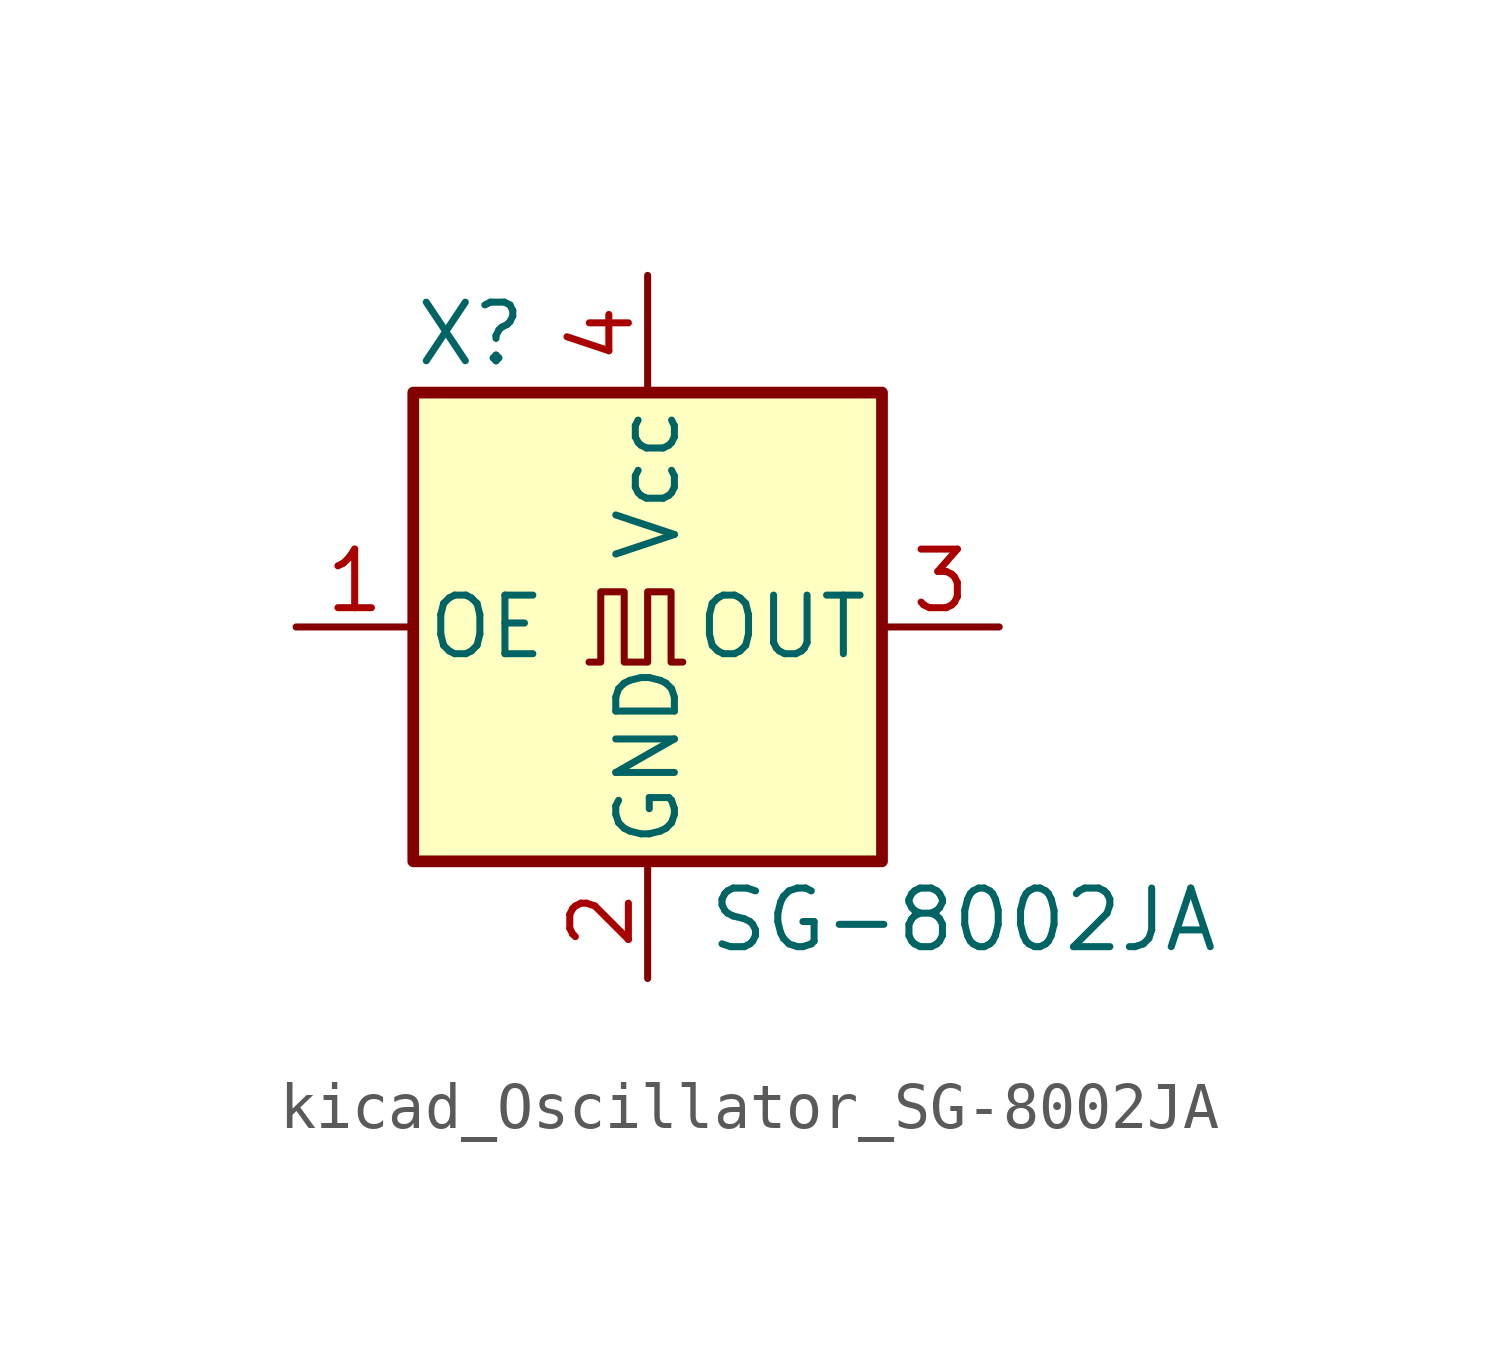
<source format=kicad_sym>
(kicad_symbol_lib
  (version 20220914)
  (generator kicad_symbol_editor)
  (symbol "kicad_Oscillator_SG-8002JA"
    (pin_names
      (offset 0.254))
    (property "Reference" "X"
      (at -5.08 6.35 0)
      (effects (font (size 1.27 1.27)) (justify left)))
    (property "Value" "SG-8002JA"
      (at 1.27 -6.35 0)
      (effects (font (size 1.27 1.27)) (justify left)))
    (symbol "kicad_Oscillator_SG-8002JA_0_1"
      (rectangle (start -5.08 5.08) (end 5.08 -5.08) (stroke (width 0.254) (type default)) (fill (type background)))
      (polyline (pts (xy -1.27 -0.762) (xy -1.016 -0.762) (xy -1.016 0.762) (xy -0.508 0.762) (xy -0.508 -0.762) (xy 0 -0.762) (xy 0 0.762) (xy 0.508 0.762) (xy 0.508 -0.762) (xy 0.762 -0.762)) (stroke (width 0) (type default)) (fill (type none))))
    (symbol "kicad_Oscillator_SG-8002JA_1_1"
      (pin input line (at -7.62 0 0) (length 2.54) (name "OE" (effects (font (size 1.27 1.27)))) (number "1" (effects (font (size 1.27 1.27)))))
      (pin power_in line (at 0 -7.62 90) (length 2.54) (name "GND" (effects (font (size 1.27 1.27)))) (number "2" (effects (font (size 1.27 1.27)))))
      (pin output line (at 7.62 0 180) (length 2.54) (name "OUT" (effects (font (size 1.27 1.27)))) (number "3" (effects (font (size 1.27 1.27)))))
      (pin power_in line (at 0 7.62 270) (length 2.54) (name "Vcc" (effects (font (size 1.27 1.27)))) (number "4" (effects (font (size 1.27 1.27))))))))
</source>
